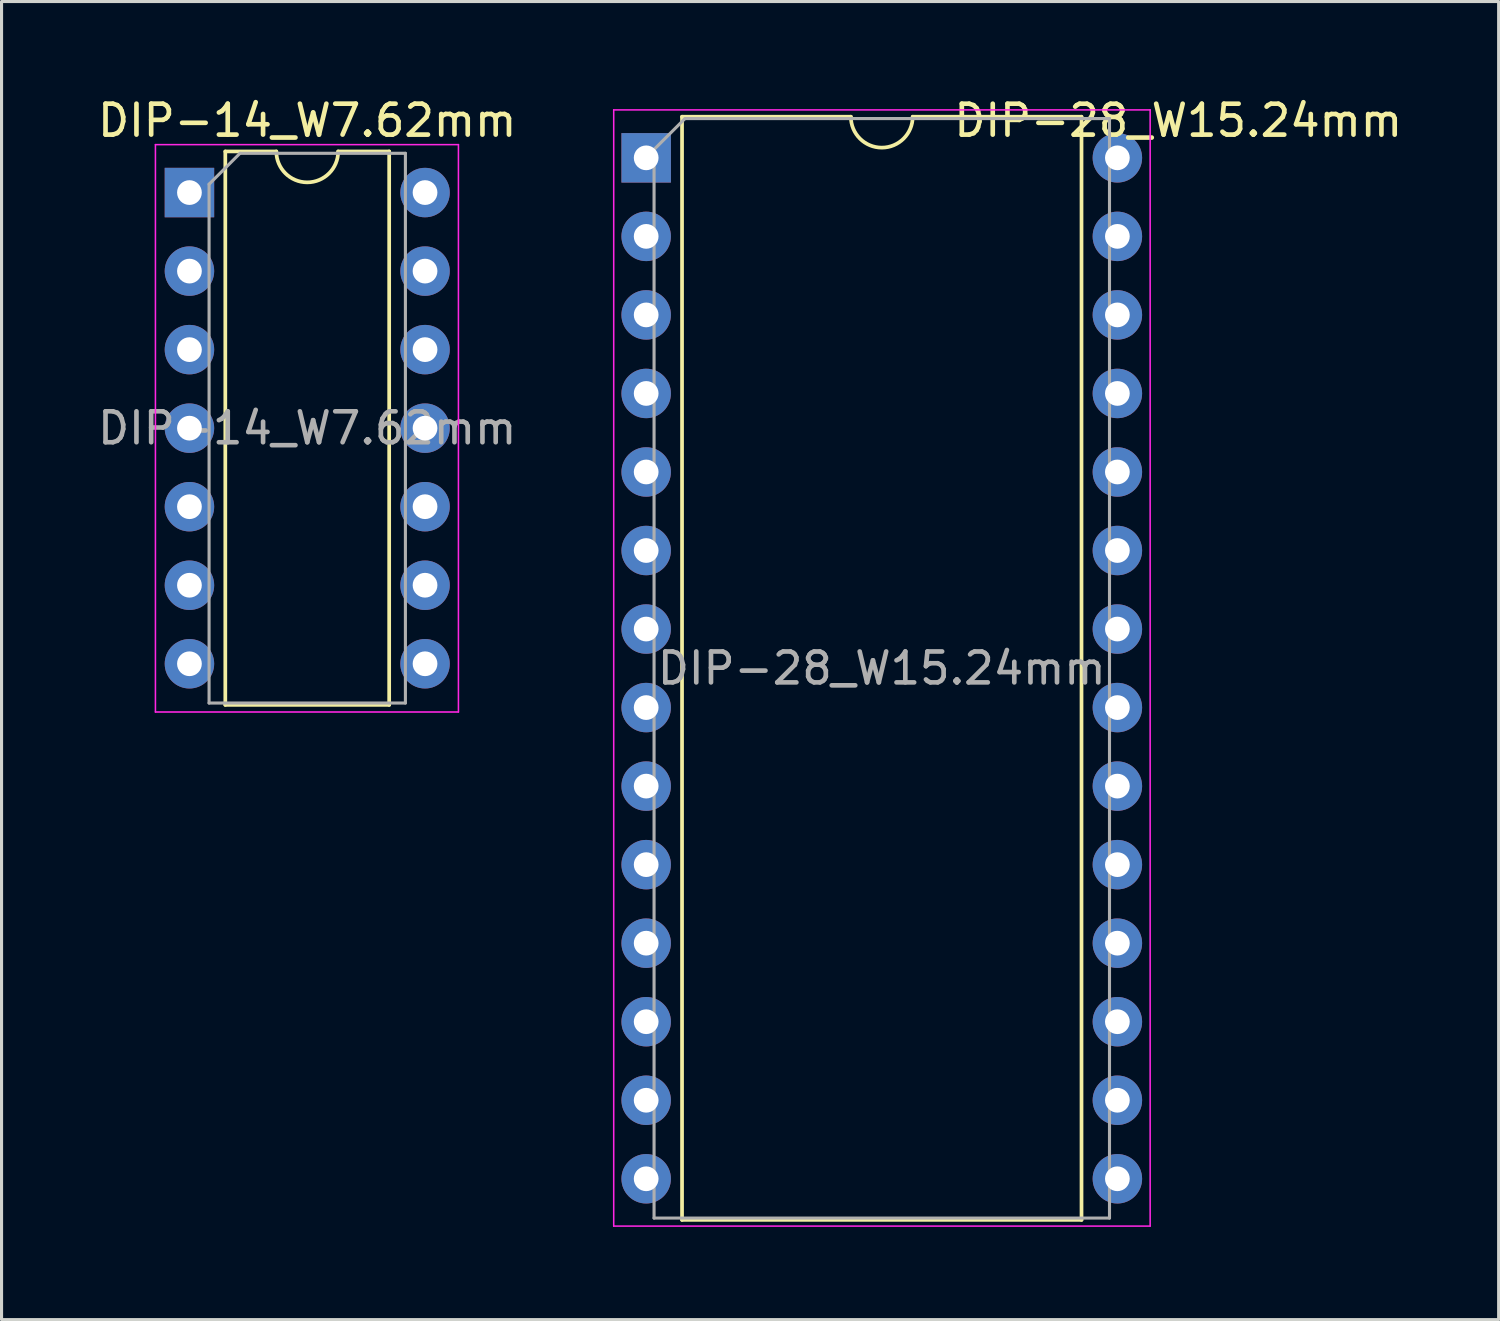
<source format=kicad_pcb>
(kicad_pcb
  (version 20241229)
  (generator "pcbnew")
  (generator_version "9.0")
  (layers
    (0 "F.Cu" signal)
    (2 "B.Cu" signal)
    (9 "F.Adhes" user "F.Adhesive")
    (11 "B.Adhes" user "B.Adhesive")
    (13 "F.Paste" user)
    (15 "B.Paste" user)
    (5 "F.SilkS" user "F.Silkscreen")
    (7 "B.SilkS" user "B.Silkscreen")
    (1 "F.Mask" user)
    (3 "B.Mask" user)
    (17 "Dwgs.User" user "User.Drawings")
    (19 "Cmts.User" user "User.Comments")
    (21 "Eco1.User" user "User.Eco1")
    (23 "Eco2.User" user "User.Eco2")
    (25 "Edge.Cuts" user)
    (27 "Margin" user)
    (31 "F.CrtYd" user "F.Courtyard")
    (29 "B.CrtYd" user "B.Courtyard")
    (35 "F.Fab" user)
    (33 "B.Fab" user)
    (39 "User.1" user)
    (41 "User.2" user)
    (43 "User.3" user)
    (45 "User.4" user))
  (footprint "DIP-28_W15.24mm"
    (layer "F.Cu")
    (at 17.849 2.055)
    (property "Reference" "DIP-28_W15.24mm" (at 17.209 -1.206 0) (layer "F.SilkS") (effects (font (size 1 1) (thickness 0.15))))
    (attr through_hole)
    (fp_line (start 1.16 -1.33) (end 1.16 34.35) (stroke (width 0.12) (type solid)) (layer "F.SilkS"))
    (fp_line (start 1.16 34.35) (end 14.08 34.35) (stroke (width 0.12) (type solid)) (layer "F.SilkS"))
    (fp_line (start 6.62 -1.33) (end 1.16 -1.33) (stroke (width 0.12) (type solid)) (layer "F.SilkS"))
    (fp_line (start 14.08 -1.33) (end 8.62 -1.33) (stroke (width 0.12) (type solid)) (layer "F.SilkS"))
    (fp_line (start 14.08 34.35) (end 14.08 -1.33) (stroke (width 0.12) (type solid)) (layer "F.SilkS"))
    (fp_arc (start 8.62 -1.33) (mid 7.62 -0.33) (end 6.62 -1.33) (stroke (width 0.12) (type solid)) (layer "F.SilkS"))
    (fp_line (start -1.05 -1.55) (end -1.05 34.55) (stroke (width 0.05) (type solid)) (layer "F.CrtYd"))
    (fp_line (start -1.05 34.55) (end 16.3 34.55) (stroke (width 0.05) (type solid)) (layer "F.CrtYd"))
    (fp_line (start 16.3 -1.55) (end -1.05 -1.55) (stroke (width 0.05) (type solid)) (layer "F.CrtYd"))
    (fp_line (start 16.3 34.55) (end 16.3 -1.55) (stroke (width 0.05) (type solid)) (layer "F.CrtYd"))
    (fp_line (start 0.255 -0.27) (end 1.255 -1.27) (stroke (width 0.1) (type solid)) (layer "F.Fab"))
    (fp_line (start 0.255 34.29) (end 0.255 -0.27) (stroke (width 0.1) (type solid)) (layer "F.Fab"))
    (fp_line (start 1.255 -1.27) (end 14.985 -1.27) (stroke (width 0.1) (type solid)) (layer "F.Fab"))
    (fp_line (start 14.985 -1.27) (end 14.985 34.29) (stroke (width 0.1) (type solid)) (layer "F.Fab"))
    (fp_line (start 14.985 34.29) (end 0.255 34.29) (stroke (width 0.1) (type solid)) (layer "F.Fab"))
    (fp_text user "${REFERENCE}" (at 7.62 16.51 0) (layer "F.Fab") (effects (font (size 1 1) (thickness 0.15))))
    (pad "1" thru_hole rect (at 0 0) (size 1.6 1.6) (drill 0.8) (layers "*.Cu" "*.Mask"))
    (pad "2" thru_hole oval (at 0 2.54) (size 1.6 1.6) (drill 0.8) (layers "*.Cu" "*.Mask"))
    (pad "3" thru_hole oval (at 0 5.08) (size 1.6 1.6) (drill 0.8) (layers "*.Cu" "*.Mask"))
    (pad "4" thru_hole oval (at 0 7.62) (size 1.6 1.6) (drill 0.8) (layers "*.Cu" "*.Mask"))
    (pad "5" thru_hole oval (at 0 10.16) (size 1.6 1.6) (drill 0.8) (layers "*.Cu" "*.Mask"))
    (pad "6" thru_hole oval (at 0 12.7) (size 1.6 1.6) (drill 0.8) (layers "*.Cu" "*.Mask"))
    (pad "7" thru_hole oval (at 0 15.24) (size 1.6 1.6) (drill 0.8) (layers "*.Cu" "*.Mask"))
    (pad "8" thru_hole oval (at 0 17.78) (size 1.6 1.6) (drill 0.8) (layers "*.Cu" "*.Mask"))
    (pad "9" thru_hole oval (at 0 20.32) (size 1.6 1.6) (drill 0.8) (layers "*.Cu" "*.Mask"))
    (pad "10" thru_hole oval (at 0 22.86) (size 1.6 1.6) (drill 0.8) (layers "*.Cu" "*.Mask"))
    (pad "11" thru_hole oval (at 0 25.4) (size 1.6 1.6) (drill 0.8) (layers "*.Cu" "*.Mask"))
    (pad "12" thru_hole oval (at 0 27.94) (size 1.6 1.6) (drill 0.8) (layers "*.Cu" "*.Mask"))
    (pad "13" thru_hole oval (at 0 30.48) (size 1.6 1.6) (drill 0.8) (layers "*.Cu" "*.Mask"))
    (pad "14" thru_hole oval (at 0 33.02) (size 1.6 1.6) (drill 0.8) (layers "*.Cu" "*.Mask"))
    (pad "15" thru_hole oval (at 15.24 33.02) (size 1.6 1.6) (drill 0.8) (layers "*.Cu" "*.Mask"))
    (pad "16" thru_hole oval (at 15.24 30.48) (size 1.6 1.6) (drill 0.8) (layers "*.Cu" "*.Mask"))
    (pad "17" thru_hole oval (at 15.24 27.94) (size 1.6 1.6) (drill 0.8) (layers "*.Cu" "*.Mask"))
    (pad "18" thru_hole oval (at 15.24 25.4) (size 1.6 1.6) (drill 0.8) (layers "*.Cu" "*.Mask"))
    (pad "19" thru_hole oval (at 15.24 22.86) (size 1.6 1.6) (drill 0.8) (layers "*.Cu" "*.Mask"))
    (pad "20" thru_hole oval (at 15.24 20.32) (size 1.6 1.6) (drill 0.8) (layers "*.Cu" "*.Mask"))
    (pad "21" thru_hole oval (at 15.24 17.78) (size 1.6 1.6) (drill 0.8) (layers "*.Cu" "*.Mask"))
    (pad "22" thru_hole oval (at 15.24 15.24) (size 1.6 1.6) (drill 0.8) (layers "*.Cu" "*.Mask"))
    (pad "23" thru_hole oval (at 15.24 12.7) (size 1.6 1.6) (drill 0.8) (layers "*.Cu" "*.Mask"))
    (pad "24" thru_hole oval (at 15.24 10.16) (size 1.6 1.6) (drill 0.8) (layers "*.Cu" "*.Mask"))
    (pad "25" thru_hole oval (at 15.24 7.62) (size 1.6 1.6) (drill 0.8) (layers "*.Cu" "*.Mask"))
    (pad "26" thru_hole oval (at 15.24 5.08) (size 1.6 1.6) (drill 0.8) (layers "*.Cu" "*.Mask"))
    (pad "27" thru_hole oval (at 15.24 2.54) (size 1.6 1.6) (drill 0.8) (layers "*.Cu" "*.Mask"))
    (pad "28" thru_hole oval (at 15.24 0) (size 1.6 1.6) (drill 0.8) (layers "*.Cu" "*.Mask")))
  (footprint "DIP-14_W7.62mm"
    (layer "F.Cu")
    (at 3.077 3.178)
    (property "Reference" "DIP-14_W7.62mm" (at 3.81 -2.33 0) (layer "F.SilkS") (effects (font (size 1 1) (thickness 0.15))))
    (attr through_hole)
    (fp_line (start 1.16 -1.33) (end 1.16 16.57) (stroke (width 0.12) (type solid)) (layer "F.SilkS"))
    (fp_line (start 1.16 16.57) (end 6.46 16.57) (stroke (width 0.12) (type solid)) (layer "F.SilkS"))
    (fp_line (start 2.81 -1.33) (end 1.16 -1.33) (stroke (width 0.12) (type solid)) (layer "F.SilkS"))
    (fp_line (start 6.46 -1.33) (end 4.81 -1.33) (stroke (width 0.12) (type solid)) (layer "F.SilkS"))
    (fp_line (start 6.46 16.57) (end 6.46 -1.33) (stroke (width 0.12) (type solid)) (layer "F.SilkS"))
    (fp_arc (start 4.81 -1.33) (mid 3.81 -0.33) (end 2.81 -1.33) (stroke (width 0.12) (type solid)) (layer "F.SilkS"))
    (fp_line (start -1.1 -1.55) (end -1.1 16.8) (stroke (width 0.05) (type solid)) (layer "F.CrtYd"))
    (fp_line (start -1.1 16.8) (end 8.7 16.8) (stroke (width 0.05) (type solid)) (layer "F.CrtYd"))
    (fp_line (start 8.7 -1.55) (end -1.1 -1.55) (stroke (width 0.05) (type solid)) (layer "F.CrtYd"))
    (fp_line (start 8.7 16.8) (end 8.7 -1.55) (stroke (width 0.05) (type solid)) (layer "F.CrtYd"))
    (fp_line (start 0.635 -0.27) (end 1.635 -1.27) (stroke (width 0.1) (type solid)) (layer "F.Fab"))
    (fp_line (start 0.635 16.51) (end 0.635 -0.27) (stroke (width 0.1) (type solid)) (layer "F.Fab"))
    (fp_line (start 1.635 -1.27) (end 6.985 -1.27) (stroke (width 0.1) (type solid)) (layer "F.Fab"))
    (fp_line (start 6.985 -1.27) (end 6.985 16.51) (stroke (width 0.1) (type solid)) (layer "F.Fab"))
    (fp_line (start 6.985 16.51) (end 0.635 16.51) (stroke (width 0.1) (type solid)) (layer "F.Fab"))
    (fp_text user "${REFERENCE}" (at 3.81 7.62 0) (layer "F.Fab") (effects (font (size 1 1) (thickness 0.15))))
    (pad "1" thru_hole rect (at 0 0) (size 1.6 1.6) (drill 0.8) (layers "*.Cu" "*.Mask"))
    (pad "2" thru_hole oval (at 0 2.54) (size 1.6 1.6) (drill 0.8) (layers "*.Cu" "*.Mask"))
    (pad "3" thru_hole oval (at 0 5.08) (size 1.6 1.6) (drill 0.8) (layers "*.Cu" "*.Mask"))
    (pad "4" thru_hole oval (at 0 7.62) (size 1.6 1.6) (drill 0.8) (layers "*.Cu" "*.Mask"))
    (pad "5" thru_hole oval (at 0 10.16) (size 1.6 1.6) (drill 0.8) (layers "*.Cu" "*.Mask"))
    (pad "6" thru_hole oval (at 0 12.7) (size 1.6 1.6) (drill 0.8) (layers "*.Cu" "*.Mask"))
    (pad "7" thru_hole oval (at 0 15.24) (size 1.6 1.6) (drill 0.8) (layers "*.Cu" "*.Mask"))
    (pad "8" thru_hole oval (at 7.62 15.24) (size 1.6 1.6) (drill 0.8) (layers "*.Cu" "*.Mask"))
    (pad "9" thru_hole oval (at 7.62 12.7) (size 1.6 1.6) (drill 0.8) (layers "*.Cu" "*.Mask"))
    (pad "10" thru_hole oval (at 7.62 10.16) (size 1.6 1.6) (drill 0.8) (layers "*.Cu" "*.Mask"))
    (pad "11" thru_hole oval (at 7.62 7.62) (size 1.6 1.6) (drill 0.8) (layers "*.Cu" "*.Mask"))
    (pad "12" thru_hole oval (at 7.62 5.08) (size 1.6 1.6) (drill 0.8) (layers "*.Cu" "*.Mask"))
    (pad "13" thru_hole oval (at 7.62 2.54) (size 1.6 1.6) (drill 0.8) (layers "*.Cu" "*.Mask"))
    (pad "14" thru_hole oval (at 7.62 0) (size 1.6 1.6) (drill 0.8) (layers "*.Cu" "*.Mask")))
  (gr_rect
    (start -3 -3)
    (end 45.42 39.63)
    (stroke (width 0.1) (type default))
    (fill no)
    (layer "Edge.Cuts")))
</source>
